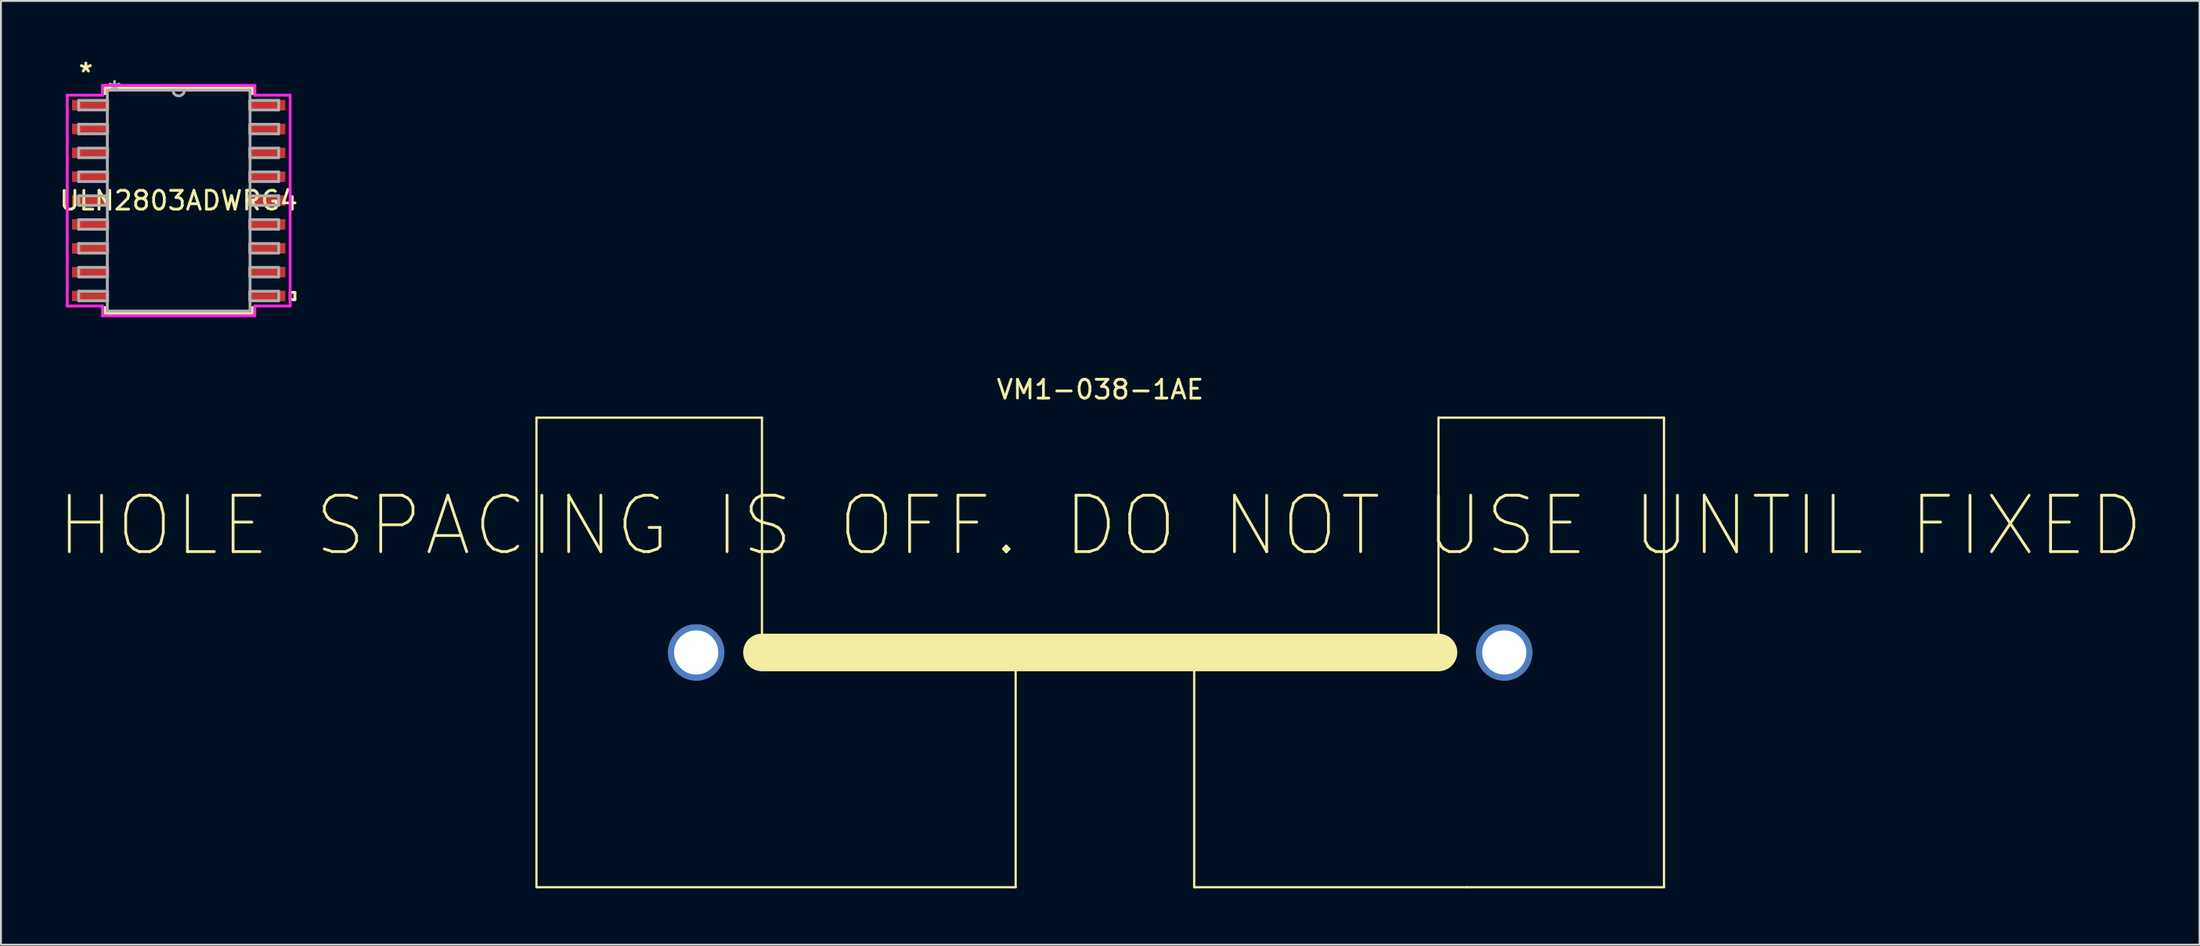
<source format=kicad_pcb>
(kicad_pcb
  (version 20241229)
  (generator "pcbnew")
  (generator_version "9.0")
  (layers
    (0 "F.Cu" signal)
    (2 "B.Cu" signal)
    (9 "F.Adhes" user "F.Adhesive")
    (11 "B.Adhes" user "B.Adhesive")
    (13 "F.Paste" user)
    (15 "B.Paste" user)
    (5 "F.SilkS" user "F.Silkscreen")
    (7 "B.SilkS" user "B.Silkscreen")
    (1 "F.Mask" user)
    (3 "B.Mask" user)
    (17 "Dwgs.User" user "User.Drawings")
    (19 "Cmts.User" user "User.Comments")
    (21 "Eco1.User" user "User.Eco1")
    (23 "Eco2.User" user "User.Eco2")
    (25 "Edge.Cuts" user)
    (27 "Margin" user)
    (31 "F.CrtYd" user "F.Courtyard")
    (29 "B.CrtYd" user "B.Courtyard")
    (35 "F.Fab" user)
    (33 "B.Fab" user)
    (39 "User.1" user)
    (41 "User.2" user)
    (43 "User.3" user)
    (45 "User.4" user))
  (footprint "VM1-038-1AE"
    (layer "F.Cu")
    (at 55.496 31.689)
    (property "Reference" "VM1-038-1AE" (at 0 -14 0) (layer "F.SilkS") (effects (font (size 1 1) (thickness 0.15))))
    (attr through_hole)
    (fp_line (start -30 -12.5) (end -30 12.5) (stroke (width 0.12) (type solid)) (layer "F.SilkS"))
    (fp_line (start -30 12.5) (end -4.5 12.5) (stroke (width 0.12) (type solid)) (layer "F.SilkS"))
    (fp_line (start -18 -12.5) (end -30 -12.5) (stroke (width 0.12) (type solid)) (layer "F.SilkS"))
    (fp_line (start -18 0) (end -18 -12.5) (stroke (width 0.12) (type solid)) (layer "F.SilkS"))
    (fp_line (start -18 0) (end 18 0) (stroke (width 2) (type solid)) (layer "F.SilkS"))
    (fp_line (start -4.5 12.5) (end -4.5 0) (stroke (width 0.12) (type solid)) (layer "F.SilkS"))
    (fp_line (start 5 12.5) (end 5 0) (stroke (width 0.12) (type solid)) (layer "F.SilkS"))
    (fp_line (start 18 -12.5) (end 18 0) (stroke (width 0.12) (type solid)) (layer "F.SilkS"))
    (fp_line (start 19.5 12.5) (end 5 12.5) (stroke (width 0.12) (type solid)) (layer "F.SilkS"))
    (fp_line (start 19.5 12.5) (end 30 12.5) (stroke (width 0.12) (type solid)) (layer "F.SilkS"))
    (fp_line (start 30 -12.5) (end 18 -12.5) (stroke (width 0.12) (type solid)) (layer "F.SilkS"))
    (fp_line (start 30 12.5) (end 30 -12.5) (stroke (width 0.12) (type solid)) (layer "F.SilkS"))
    (fp_text user "HOLE SPACING IS OFF. DO NOT USE UNTIL FIXED" (at 0 -6.75 0) (layer "F.SilkS") (effects (font (size 3 3) (thickness 0.15))))
    (pad "1" thru_hole circle (at -21.5 0) (size 3 3) (drill 2.35) (layers "*.Cu" "*.Mask"))
    (pad "1" thru_hole circle (at 21.5 0) (size 3 3) (drill 2.35) (layers "*.Cu" "*.Mask")))
  (footprint "ULN2803ADWRG4"
    (layer "F.Cu")
    (at 6.458 7.63)
    (property "Reference" "ULN2803ADWRG4" (at 0 0 0) (layer "F.SilkS") (effects (font (size 1 1) (thickness 0.15))))
    (attr through_hole)
    (fp_line (start -3.924 -6.007) (end -3.924 -5.692) (stroke (width 0.152) (type solid)) (layer "F.SilkS"))
    (fp_line (start -3.924 5.692) (end -3.924 6.007) (stroke (width 0.152) (type solid)) (layer "F.SilkS"))
    (fp_line (start -3.924 6.007) (end 3.924 6.007) (stroke (width 0.152) (type solid)) (layer "F.SilkS"))
    (fp_line (start 3.924 -6.007) (end -3.924 -6.007) (stroke (width 0.152) (type solid)) (layer "F.SilkS"))
    (fp_line (start 3.924 -5.692) (end 3.924 -6.007) (stroke (width 0.152) (type solid)) (layer "F.SilkS"))
    (fp_line (start 3.924 6.007) (end 3.924 5.692) (stroke (width 0.152) (type solid)) (layer "F.SilkS"))
    (fp_line (start 5.931 4.889) (end 6.185 4.889) (stroke (width 0.152) (type solid)) (layer "F.SilkS"))
    (fp_line (start 5.931 5.271) (end 5.931 4.889) (stroke (width 0.152) (type solid)) (layer "F.SilkS"))
    (fp_line (start 6.185 4.889) (end 6.185 5.271) (stroke (width 0.152) (type solid)) (layer "F.SilkS"))
    (fp_line (start 6.185 5.271) (end 5.931 5.271) (stroke (width 0.152) (type solid)) (layer "F.SilkS"))
    (fp_line (start -5.931 -5.613) (end -4.051 -5.613) (stroke (width 0.152) (type solid)) (layer "F.CrtYd"))
    (fp_line (start -5.931 5.613) (end -5.931 -5.613) (stroke (width 0.152) (type solid)) (layer "F.CrtYd"))
    (fp_line (start -4.051 -6.134) (end 4.051 -6.134) (stroke (width 0.152) (type solid)) (layer "F.CrtYd"))
    (fp_line (start -4.051 -5.613) (end -4.051 -6.134) (stroke (width 0.152) (type solid)) (layer "F.CrtYd"))
    (fp_line (start -4.051 5.613) (end -5.931 5.613) (stroke (width 0.152) (type solid)) (layer "F.CrtYd"))
    (fp_line (start -4.051 6.134) (end -4.051 5.613) (stroke (width 0.152) (type solid)) (layer "F.CrtYd"))
    (fp_line (start 4.051 -6.134) (end 4.051 -5.613) (stroke (width 0.152) (type solid)) (layer "F.CrtYd"))
    (fp_line (start 4.051 -5.613) (end 5.931 -5.613) (stroke (width 0.152) (type solid)) (layer "F.CrtYd"))
    (fp_line (start 4.051 5.613) (end 4.051 6.134) (stroke (width 0.152) (type solid)) (layer "F.CrtYd"))
    (fp_line (start 4.051 6.134) (end -4.051 6.134) (stroke (width 0.152) (type solid)) (layer "F.CrtYd"))
    (fp_line (start 5.931 -5.613) (end 5.931 5.613) (stroke (width 0.152) (type solid)) (layer "F.CrtYd"))
    (fp_line (start 5.931 5.613) (end 4.051 5.613) (stroke (width 0.152) (type solid)) (layer "F.CrtYd"))
    (fp_line (start -5.321 -5.334) (end -5.321 -4.826) (stroke (width 0.152) (type solid)) (layer "F.Fab"))
    (fp_line (start -5.321 -4.826) (end -3.797 -4.826) (stroke (width 0.152) (type solid)) (layer "F.Fab"))
    (fp_line (start -5.321 -4.064) (end -5.321 -3.556) (stroke (width 0.152) (type solid)) (layer "F.Fab"))
    (fp_line (start -5.321 -3.556) (end -3.797 -3.556) (stroke (width 0.152) (type solid)) (layer "F.Fab"))
    (fp_line (start -5.321 -2.794) (end -5.321 -2.286) (stroke (width 0.152) (type solid)) (layer "F.Fab"))
    (fp_line (start -5.321 -2.286) (end -3.797 -2.286) (stroke (width 0.152) (type solid)) (layer "F.Fab"))
    (fp_line (start -5.321 -1.524) (end -5.321 -1.016) (stroke (width 0.152) (type solid)) (layer "F.Fab"))
    (fp_line (start -5.321 -1.016) (end -3.797 -1.016) (stroke (width 0.152) (type solid)) (layer "F.Fab"))
    (fp_line (start -5.321 -0.254) (end -5.321 0.254) (stroke (width 0.152) (type solid)) (layer "F.Fab"))
    (fp_line (start -5.321 0.254) (end -3.797 0.254) (stroke (width 0.152) (type solid)) (layer "F.Fab"))
    (fp_line (start -5.321 1.016) (end -5.321 1.524) (stroke (width 0.152) (type solid)) (layer "F.Fab"))
    (fp_line (start -5.321 1.524) (end -3.797 1.524) (stroke (width 0.152) (type solid)) (layer "F.Fab"))
    (fp_line (start -5.321 2.286) (end -5.321 2.794) (stroke (width 0.152) (type solid)) (layer "F.Fab"))
    (fp_line (start -5.321 2.794) (end -3.797 2.794) (stroke (width 0.152) (type solid)) (layer "F.Fab"))
    (fp_line (start -5.321 3.556) (end -5.321 4.064) (stroke (width 0.152) (type solid)) (layer "F.Fab"))
    (fp_line (start -5.321 4.064) (end -3.797 4.064) (stroke (width 0.152) (type solid)) (layer "F.Fab"))
    (fp_line (start -5.321 4.826) (end -5.321 5.334) (stroke (width 0.152) (type solid)) (layer "F.Fab"))
    (fp_line (start -5.321 5.334) (end -3.797 5.334) (stroke (width 0.152) (type solid)) (layer "F.Fab"))
    (fp_line (start -3.797 -5.88) (end -3.797 5.88) (stroke (width 0.152) (type solid)) (layer "F.Fab"))
    (fp_line (start -3.797 -5.334) (end -5.321 -5.334) (stroke (width 0.152) (type solid)) (layer "F.Fab"))
    (fp_line (start -3.797 -4.826) (end -3.797 -5.334) (stroke (width 0.152) (type solid)) (layer "F.Fab"))
    (fp_line (start -3.797 -4.064) (end -5.321 -4.064) (stroke (width 0.152) (type solid)) (layer "F.Fab"))
    (fp_line (start -3.797 -3.556) (end -3.797 -4.064) (stroke (width 0.152) (type solid)) (layer "F.Fab"))
    (fp_line (start -3.797 -2.794) (end -5.321 -2.794) (stroke (width 0.152) (type solid)) (layer "F.Fab"))
    (fp_line (start -3.797 -2.286) (end -3.797 -2.794) (stroke (width 0.152) (type solid)) (layer "F.Fab"))
    (fp_line (start -3.797 -1.524) (end -5.321 -1.524) (stroke (width 0.152) (type solid)) (layer "F.Fab"))
    (fp_line (start -3.797 -1.016) (end -3.797 -1.524) (stroke (width 0.152) (type solid)) (layer "F.Fab"))
    (fp_line (start -3.797 -0.254) (end -5.321 -0.254) (stroke (width 0.152) (type solid)) (layer "F.Fab"))
    (fp_line (start -3.797 0.254) (end -3.797 -0.254) (stroke (width 0.152) (type solid)) (layer "F.Fab"))
    (fp_line (start -3.797 1.016) (end -5.321 1.016) (stroke (width 0.152) (type solid)) (layer "F.Fab"))
    (fp_line (start -3.797 1.524) (end -3.797 1.016) (stroke (width 0.152) (type solid)) (layer "F.Fab"))
    (fp_line (start -3.797 2.286) (end -5.321 2.286) (stroke (width 0.152) (type solid)) (layer "F.Fab"))
    (fp_line (start -3.797 2.794) (end -3.797 2.286) (stroke (width 0.152) (type solid)) (layer "F.Fab"))
    (fp_line (start -3.797 3.556) (end -5.321 3.556) (stroke (width 0.152) (type solid)) (layer "F.Fab"))
    (fp_line (start -3.797 4.064) (end -3.797 3.556) (stroke (width 0.152) (type solid)) (layer "F.Fab"))
    (fp_line (start -3.797 4.826) (end -5.321 4.826) (stroke (width 0.152) (type solid)) (layer "F.Fab"))
    (fp_line (start -3.797 5.334) (end -3.797 4.826) (stroke (width 0.152) (type solid)) (layer "F.Fab"))
    (fp_line (start -3.797 5.88) (end 3.797 5.88) (stroke (width 0.152) (type solid)) (layer "F.Fab"))
    (fp_line (start 3.797 -5.88) (end -3.797 -5.88) (stroke (width 0.152) (type solid)) (layer "F.Fab"))
    (fp_line (start 3.797 -5.334) (end 3.797 -4.826) (stroke (width 0.152) (type solid)) (layer "F.Fab"))
    (fp_line (start 3.797 -4.826) (end 5.321 -4.826) (stroke (width 0.152) (type solid)) (layer "F.Fab"))
    (fp_line (start 3.797 -4.064) (end 3.797 -3.556) (stroke (width 0.152) (type solid)) (layer "F.Fab"))
    (fp_line (start 3.797 -3.556) (end 5.321 -3.556) (stroke (width 0.152) (type solid)) (layer "F.Fab"))
    (fp_line (start 3.797 -2.794) (end 3.797 -2.286) (stroke (width 0.152) (type solid)) (layer "F.Fab"))
    (fp_line (start 3.797 -2.286) (end 5.321 -2.286) (stroke (width 0.152) (type solid)) (layer "F.Fab"))
    (fp_line (start 3.797 -1.524) (end 3.797 -1.016) (stroke (width 0.152) (type solid)) (layer "F.Fab"))
    (fp_line (start 3.797 -1.016) (end 5.321 -1.016) (stroke (width 0.152) (type solid)) (layer "F.Fab"))
    (fp_line (start 3.797 -0.254) (end 3.797 0.254) (stroke (width 0.152) (type solid)) (layer "F.Fab"))
    (fp_line (start 3.797 0.254) (end 5.321 0.254) (stroke (width 0.152) (type solid)) (layer "F.Fab"))
    (fp_line (start 3.797 1.016) (end 3.797 1.524) (stroke (width 0.152) (type solid)) (layer "F.Fab"))
    (fp_line (start 3.797 1.524) (end 5.321 1.524) (stroke (width 0.152) (type solid)) (layer "F.Fab"))
    (fp_line (start 3.797 2.286) (end 3.797 2.794) (stroke (width 0.152) (type solid)) (layer "F.Fab"))
    (fp_line (start 3.797 2.794) (end 5.321 2.794) (stroke (width 0.152) (type solid)) (layer "F.Fab"))
    (fp_line (start 3.797 3.556) (end 3.797 4.064) (stroke (width 0.152) (type solid)) (layer "F.Fab"))
    (fp_line (start 3.797 4.064) (end 5.321 4.064) (stroke (width 0.152) (type solid)) (layer "F.Fab"))
    (fp_line (start 3.797 4.826) (end 3.797 5.334) (stroke (width 0.152) (type solid)) (layer "F.Fab"))
    (fp_line (start 3.797 5.334) (end 5.321 5.334) (stroke (width 0.152) (type solid)) (layer "F.Fab"))
    (fp_line (start 3.797 5.88) (end 3.797 -5.88) (stroke (width 0.152) (type solid)) (layer "F.Fab"))
    (fp_line (start 5.321 -5.334) (end 3.797 -5.334) (stroke (width 0.152) (type solid)) (layer "F.Fab"))
    (fp_line (start 5.321 -4.826) (end 5.321 -5.334) (stroke (width 0.152) (type solid)) (layer "F.Fab"))
    (fp_line (start 5.321 -4.064) (end 3.797 -4.064) (stroke (width 0.152) (type solid)) (layer "F.Fab"))
    (fp_line (start 5.321 -3.556) (end 5.321 -4.064) (stroke (width 0.152) (type solid)) (layer "F.Fab"))
    (fp_line (start 5.321 -2.794) (end 3.797 -2.794) (stroke (width 0.152) (type solid)) (layer "F.Fab"))
    (fp_line (start 5.321 -2.286) (end 5.321 -2.794) (stroke (width 0.152) (type solid)) (layer "F.Fab"))
    (fp_line (start 5.321 -1.524) (end 3.797 -1.524) (stroke (width 0.152) (type solid)) (layer "F.Fab"))
    (fp_line (start 5.321 -1.016) (end 5.321 -1.524) (stroke (width 0.152) (type solid)) (layer "F.Fab"))
    (fp_line (start 5.321 -0.254) (end 3.797 -0.254) (stroke (width 0.152) (type solid)) (layer "F.Fab"))
    (fp_line (start 5.321 0.254) (end 5.321 -0.254) (stroke (width 0.152) (type solid)) (layer "F.Fab"))
    (fp_line (start 5.321 1.016) (end 3.797 1.016) (stroke (width 0.152) (type solid)) (layer "F.Fab"))
    (fp_line (start 5.321 1.524) (end 5.321 1.016) (stroke (width 0.152) (type solid)) (layer "F.Fab"))
    (fp_line (start 5.321 2.286) (end 3.797 2.286) (stroke (width 0.152) (type solid)) (layer "F.Fab"))
    (fp_line (start 5.321 2.794) (end 5.321 2.286) (stroke (width 0.152) (type solid)) (layer "F.Fab"))
    (fp_line (start 5.321 3.556) (end 3.797 3.556) (stroke (width 0.152) (type solid)) (layer "F.Fab"))
    (fp_line (start 5.321 4.064) (end 5.321 3.556) (stroke (width 0.152) (type solid)) (layer "F.Fab"))
    (fp_line (start 5.321 4.826) (end 3.797 4.826) (stroke (width 0.152) (type solid)) (layer "F.Fab"))
    (fp_line (start 5.321 5.334) (end 5.321 4.826) (stroke (width 0.152) (type solid)) (layer "F.Fab"))
    (fp_arc (start 0.3048 -5.8801) (mid 0 -5.5753) (end -0.3048 -5.8801) (stroke (width 0.1524) (type solid)) (layer "F.Fab"))
    (fp_text user "*" (at -4.94 -6.782 0) (layer "F.SilkS") (effects (font (size 1 1) (thickness 0.15))))
    (fp_text user "Copyright 2016 Accelerated Designs. All rights reserved." (at 0 0 0) (layer "Cmts.User") (effects (font (size 0.127 0.127) (thickness 0.002))))
    (fp_text user "*" (at -3.416 -5.804 0) (layer "F.Fab") (effects (font (size 1 1) (thickness 0.15))))
    (pad "1" smd rect (at -4.686 -5.08) (size 1.981 0.559) (layers "F.Cu" "F.Mask" "F.Paste"))
    (pad "2" smd rect (at -4.686 -3.81) (size 1.981 0.559) (layers "F.Cu" "F.Mask" "F.Paste"))
    (pad "3" smd rect (at -4.686 -2.54) (size 1.981 0.559) (layers "F.Cu" "F.Mask" "F.Paste"))
    (pad "4" smd rect (at -4.686 -1.27) (size 1.981 0.559) (layers "F.Cu" "F.Mask" "F.Paste"))
    (pad "5" smd rect (at -4.686 0) (size 1.981 0.559) (layers "F.Cu" "F.Mask" "F.Paste"))
    (pad "6" smd rect (at -4.686 1.27) (size 1.981 0.559) (layers "F.Cu" "F.Mask" "F.Paste"))
    (pad "7" smd rect (at -4.686 2.54) (size 1.981 0.559) (layers "F.Cu" "F.Mask" "F.Paste"))
    (pad "8" smd rect (at -4.686 3.81) (size 1.981 0.559) (layers "F.Cu" "F.Mask" "F.Paste"))
    (pad "9" smd rect (at -4.686 5.08) (size 1.981 0.559) (layers "F.Cu" "F.Mask" "F.Paste"))
    (pad "10" smd rect (at 4.686 5.08) (size 1.981 0.559) (layers "F.Cu" "F.Mask" "F.Paste"))
    (pad "11" smd rect (at 4.686 3.81) (size 1.981 0.559) (layers "F.Cu" "F.Mask" "F.Paste"))
    (pad "12" smd rect (at 4.686 2.54) (size 1.981 0.559) (layers "F.Cu" "F.Mask" "F.Paste"))
    (pad "13" smd rect (at 4.686 1.27) (size 1.981 0.559) (layers "F.Cu" "F.Mask" "F.Paste"))
    (pad "14" smd rect (at 4.686 0) (size 1.981 0.559) (layers "F.Cu" "F.Mask" "F.Paste"))
    (pad "15" smd rect (at 4.686 -1.27) (size 1.981 0.559) (layers "F.Cu" "F.Mask" "F.Paste"))
    (pad "16" smd rect (at 4.686 -2.54) (size 1.981 0.559) (layers "F.Cu" "F.Mask" "F.Paste"))
    (pad "17" smd rect (at 4.686 -3.81) (size 1.981 0.559) (layers "F.Cu" "F.Mask" "F.Paste"))
    (pad "18" smd rect (at 4.686 -5.08) (size 1.981 0.559) (layers "F.Cu" "F.Mask" "F.Paste")))
  (gr_rect
    (start -3 -3)
    (end 113.993 47.249)
    (stroke (width 0.1) (type default))
    (fill no)
    (layer "Edge.Cuts")))
</source>
